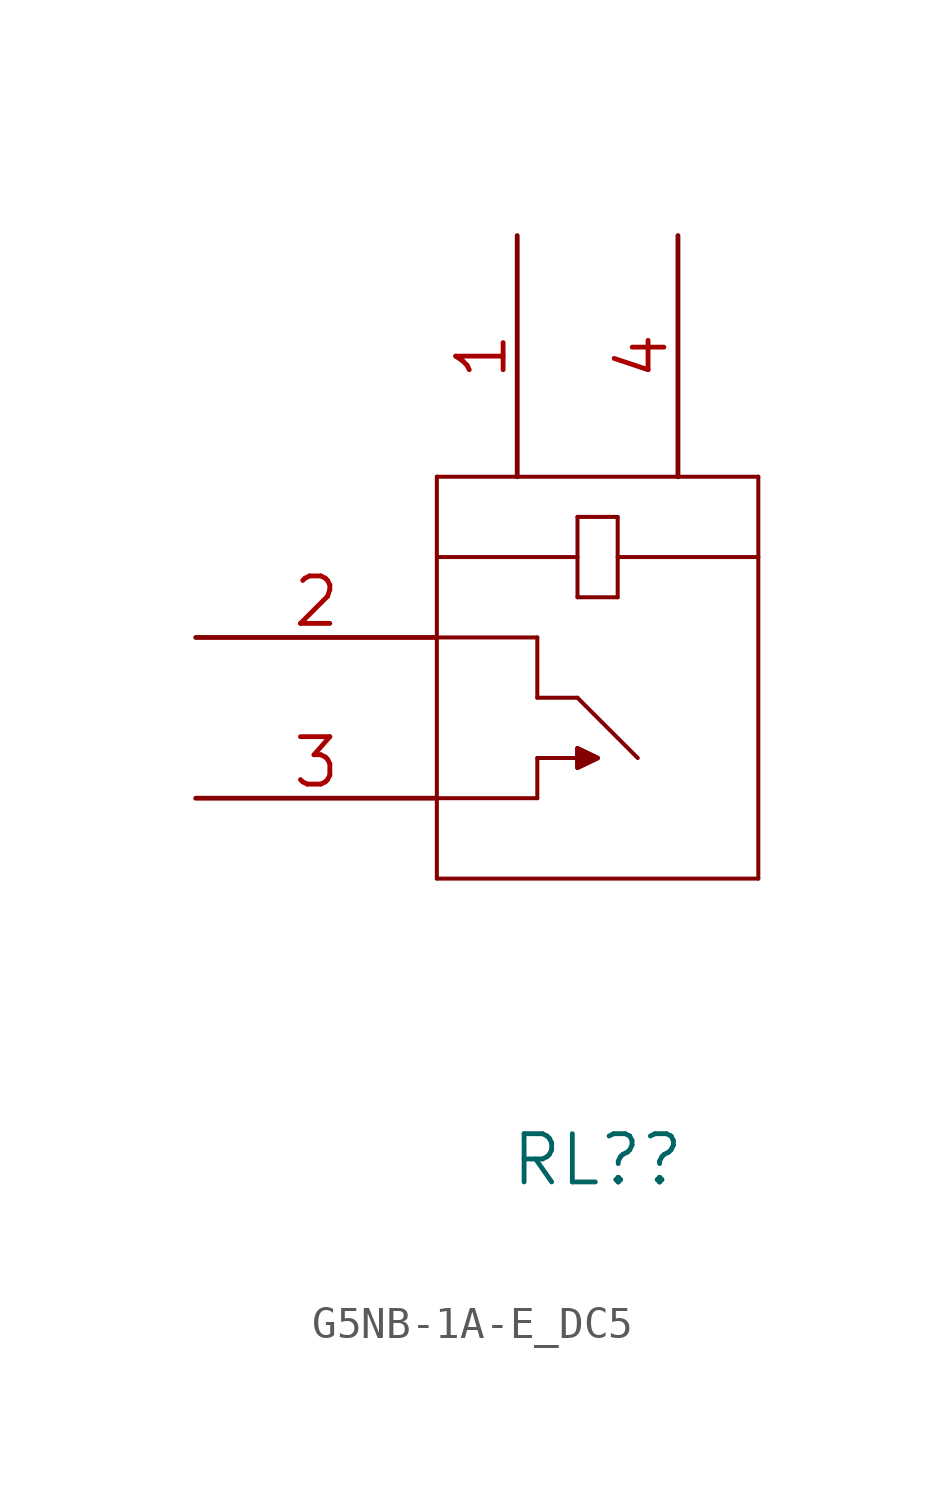
<source format=kicad_sym>
(kicad_symbol_lib
  (version 20211014)
  (generator kicad_symbol_editor)
  (symbol "G5NB-1A-E_DC5"
    (pin_names
      (offset 0.254) hide)
    (property "Reference" "RL?"
      (at 12.7 -19.05 0)
      (effects (font (size 1.524 1.524))))
    (symbol "G5NB-1A-E_DC5_1_1"
      (polyline (pts (xy 7.62 -10.16) (xy 17.78 -10.16)) (stroke (width 0.127) (type default) (color 0 0 0 0)) (fill (type none)))
      (polyline (pts (xy 7.62 -7.62) (xy 10.795 -7.62)) (stroke (width 0.127) (type default) (color 0 0 0 0)) (fill (type none)))
      (polyline (pts (xy 7.62 -2.54) (xy 10.795 -2.54)) (stroke (width 0.127) (type default) (color 0 0 0 0)) (fill (type none)))
      (polyline (pts (xy 7.62 0) (xy 12.065 0)) (stroke (width 0.127) (type default) (color 0 0 0 0)) (fill (type none)))
      (polyline (pts (xy 7.62 2.54) (xy 7.62 -10.16)) (stroke (width 0.127) (type default) (color 0 0 0 0)) (fill (type none)))
      (polyline (pts (xy 10.795 -7.62) (xy 10.795 -6.35)) (stroke (width 0.127) (type default) (color 0 0 0 0)) (fill (type none)))
      (polyline (pts (xy 10.795 -6.35) (xy 12.065 -6.35)) (stroke (width 0.127) (type default) (color 0 0 0 0)) (fill (type none)))
      (polyline (pts (xy 10.795 -4.445) (xy 12.065 -4.445)) (stroke (width 0.127) (type default) (color 0 0 0 0)) (fill (type none)))
      (polyline (pts (xy 10.795 -2.54) (xy 10.795 -4.445)) (stroke (width 0.127) (type default) (color 0 0 0 0)) (fill (type none)))
      (polyline (pts (xy 12.065 -6.655) (xy 12.7 -6.35)) (stroke (width 0.127) (type default) (color 0 0 0 0)) (fill (type none)))
      (polyline (pts (xy 12.065 -6.045) (xy 12.065 -6.655)) (stroke (width 0.127) (type default) (color 0 0 0 0)) (fill (type none)))
      (polyline (pts (xy 12.065 -4.445) (xy 13.97 -6.35)) (stroke (width 0.127) (type default) (color 0 0 0 0)) (fill (type none)))
      (polyline (pts (xy 12.065 -1.27) (xy 13.335 -1.27)) (stroke (width 0.127) (type default) (color 0 0 0 0)) (fill (type none)))
      (polyline (pts (xy 12.065 1.27) (xy 12.065 -1.27)) (stroke (width 0.127) (type default) (color 0 0 0 0)) (fill (type none)))
      (polyline (pts (xy 12.7 -6.35) (xy 12.065 -6.045)) (stroke (width 0.127) (type default) (color 0 0 0 0)) (fill (type none)))
      (polyline (pts (xy 13.335 -1.27) (xy 13.335 1.27)) (stroke (width 0.127) (type default) (color 0 0 0 0)) (fill (type none)))
      (polyline (pts (xy 13.335 0) (xy 17.78 0)) (stroke (width 0.127) (type default) (color 0 0 0 0)) (fill (type none)))
      (polyline (pts (xy 13.335 1.27) (xy 12.065 1.27)) (stroke (width 0.127) (type default) (color 0 0 0 0)) (fill (type none)))
      (polyline (pts (xy 17.78 -10.16) (xy 17.78 2.54)) (stroke (width 0.127) (type default) (color 0 0 0 0)) (fill (type none)))
      (polyline (pts (xy 17.78 2.54) (xy 7.62 2.54)) (stroke (width 0.127) (type default) (color 0 0 0 0)) (fill (type none)))
      (polyline (pts (xy 12.065 -6.045) (xy 12.065 -6.655) (xy 12.7 -6.35) (xy 12.065 -6.045)) (stroke (width 0) (type default) (color 0 0 0 0)) (fill (type outline)))
      (pin unspecified line (at 10.16 10.16 270) (length 7.62) (name "1" (effects (font (size 1.499 1.499)))) (number "1" (effects (font (size 1.499 1.499)))))
      (pin unspecified line (at 0 -2.54 0) (length 7.62) (name "2" (effects (font (size 1.499 1.499)))) (number "2" (effects (font (size 1.499 1.499)))))
      (pin unspecified line (at 0 -7.62 0) (length 7.62) (name "3" (effects (font (size 1.499 1.499)))) (number "3" (effects (font (size 1.499 1.499)))))
      (pin unspecified line (at 15.24 10.16 270) (length 7.62) (name "4" (effects (font (size 1.499 1.499)))) (number "4" (effects (font (size 1.499 1.499))))))))
</source>
